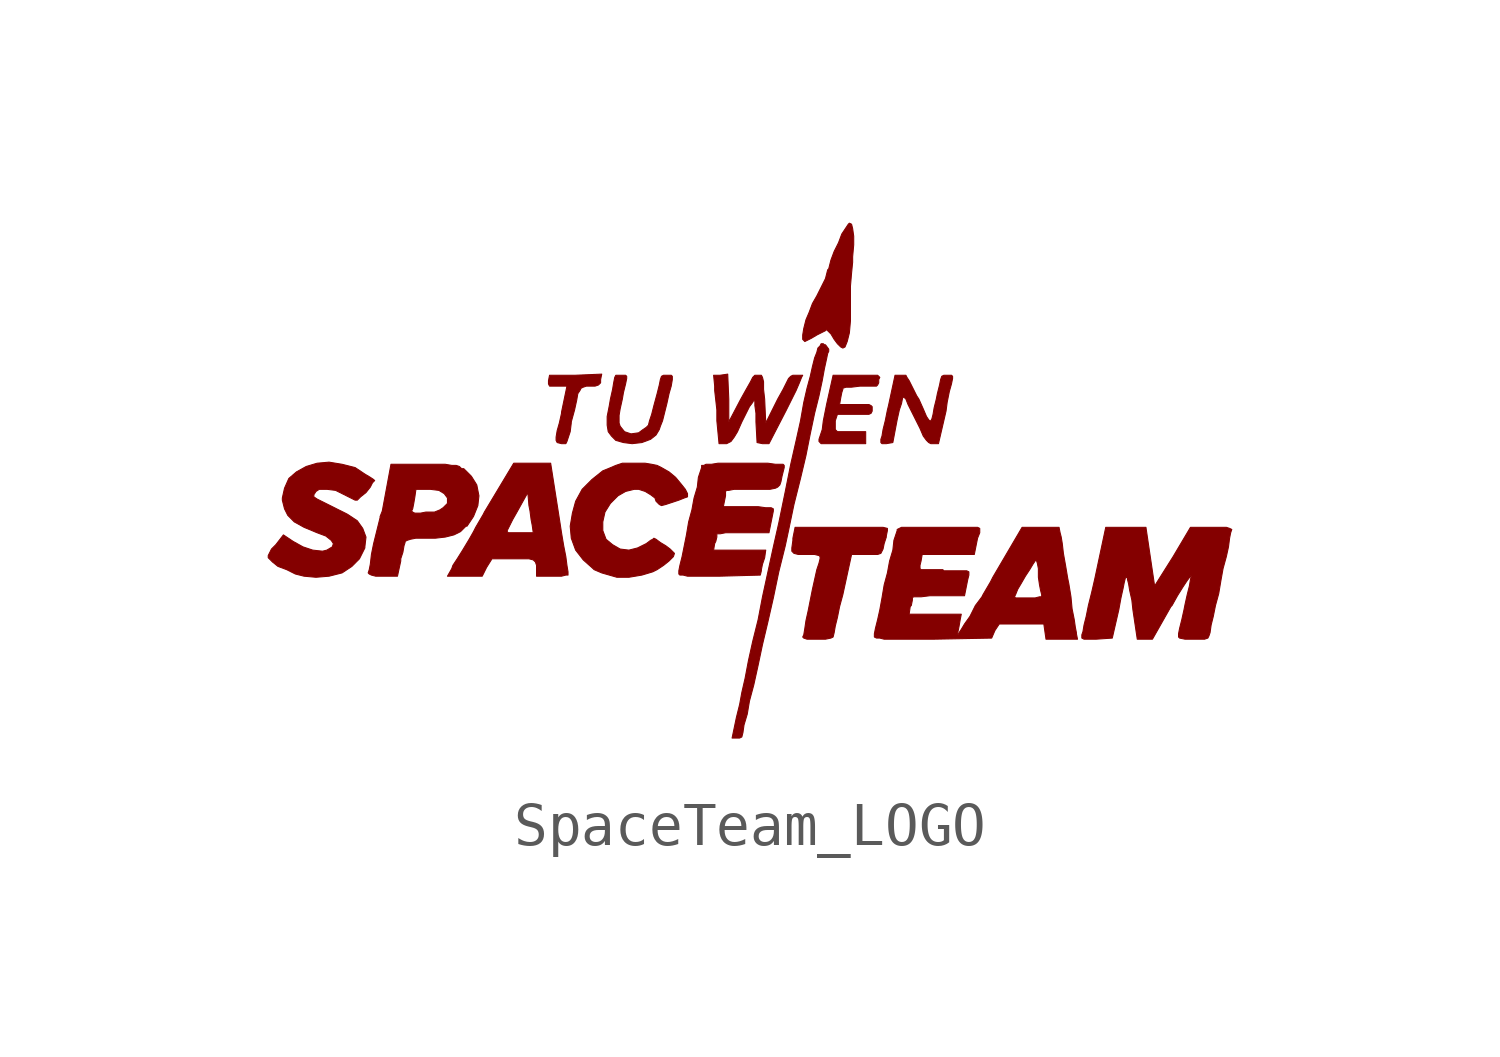
<source format=kicad_sym>
(kicad_symbol_lib
  (version 20211014)
  (generator kicad_symbol_editor)
  (symbol "SpaceTeam_LOGO"
    (pin_names
      (offset 1.016))
    (property "Reference" "#G"
      (at 0 -5.232 0)
      (effects (font (size 1.524 1.524)) hide))
    (symbol "SpaceTeam_LOGO_0_0"
      (polyline (pts (xy -4.267 0.889) (xy -4.191 1.118) (xy -4.166 1.321) (xy -4.166 1.346) (xy -4.089 1.626) (xy -4.039 1.854) (xy -4.013 2.007) (xy -3.962 2.083) (xy -3.937 2.134) (xy -3.886 2.159) (xy -3.81 2.184) (xy -3.607 2.184) (xy -3.531 2.21) (xy -3.48 2.261) (xy -3.48 2.337) (xy -3.454 2.464) (xy -4.064 2.438) (xy -4.674 2.438) (xy -4.699 2.311) (xy -4.699 2.235) (xy -4.674 2.184) (xy -4.267 2.184) (xy -4.394 1.575) (xy -4.394 1.549) (xy -4.445 1.321) (xy -4.496 1.143) (xy -4.521 0.991) (xy -4.521 0.914) (xy -4.496 0.864) (xy -4.394 0.838) (xy -4.293 0.838) (xy -4.267 0.889)) (stroke (width 0.025) (type default) (color 0 0 0 0)) (fill (type outline)))
      (polyline (pts (xy 2.718 1.118) (xy 2.057 1.118) (xy 2.007 1.168) (xy 2.007 1.372) (xy 2.057 1.524) (xy 2.794 1.524) (xy 2.845 1.549) (xy 2.87 1.6) (xy 2.87 1.702) (xy 2.845 1.727) (xy 2.794 1.753) (xy 2.108 1.753) (xy 2.134 1.905) (xy 2.159 2.032) (xy 2.184 2.108) (xy 2.184 2.134) (xy 2.261 2.159) (xy 2.388 2.159) (xy 2.591 2.184) (xy 2.972 2.184) (xy 2.997 2.21) (xy 3.023 2.261) (xy 3.023 2.337) (xy 3.048 2.388) (xy 2.997 2.438) (xy 1.956 2.438) (xy 1.803 1.753) (xy 1.727 1.372) (xy 1.702 1.168) (xy 1.626 0.94) (xy 1.626 0.889) (xy 1.676 0.838) (xy 2.718 0.838) (xy 2.718 1.118)) (stroke (width 0.025) (type default) (color 0 0 0 0)) (fill (type outline)))
      (polyline (pts (xy 2.235 3.099) (xy 2.286 3.226) (xy 2.337 3.429) (xy 2.362 3.708) (xy 2.362 4.521) (xy 2.388 4.826) (xy 2.413 5.08) (xy 2.413 5.207) (xy 2.438 5.486) (xy 2.438 5.69) (xy 2.413 5.867) (xy 2.388 5.969) (xy 2.337 5.994) (xy 2.311 5.969) (xy 2.159 5.74) (xy 2.083 5.537) (xy 1.981 5.334) (xy 1.905 5.131) (xy 1.854 4.928) (xy 1.829 4.902) (xy 1.778 4.699) (xy 1.575 4.293) (xy 1.473 4.115) (xy 1.397 3.912) (xy 1.321 3.734) (xy 1.27 3.531) (xy 1.245 3.378) (xy 1.245 3.277) (xy 1.295 3.226) (xy 1.448 3.302) (xy 1.575 3.378) (xy 1.778 3.48) (xy 1.803 3.505) (xy 1.905 3.404) (xy 1.981 3.277) (xy 2.057 3.175) (xy 2.134 3.099) (xy 2.184 3.073) (xy 2.235 3.099)) (stroke (width 0.025) (type default) (color 0 0 0 0)) (fill (type outline)))
      (polyline (pts (xy 1.905 -3.708) (xy 1.956 -3.683) (xy 1.981 -3.581) (xy 2.007 -3.429) (xy 2.057 -3.226) (xy 2.108 -2.972) (xy 2.184 -2.692) (xy 2.388 -1.753) (xy 2.997 -1.753) (xy 3.073 -1.727) (xy 3.124 -1.626) (xy 3.15 -1.499) (xy 3.2 -1.346) (xy 3.2 -1.321) (xy 3.226 -1.194) (xy 3.226 -1.143) (xy 3.124 -1.118) (xy 1.067 -1.118) (xy 1.016 -1.372) (xy 1.016 -1.422) (xy 0.991 -1.6) (xy 0.991 -1.676) (xy 1.041 -1.727) (xy 1.143 -1.753) (xy 1.524 -1.753) (xy 1.626 -1.778) (xy 1.651 -1.803) (xy 1.651 -1.854) (xy 1.626 -1.956) (xy 1.575 -2.108) (xy 1.473 -2.565) (xy 1.372 -3.073) (xy 1.321 -3.302) (xy 1.295 -3.48) (xy 1.27 -3.632) (xy 1.245 -3.683) (xy 1.27 -3.708) (xy 1.346 -3.734) (xy 1.778 -3.734) (xy 1.905 -3.708)) (stroke (width 0.025) (type default) (color 0 0 0 0)) (fill (type outline)))
      (polyline (pts (xy -6.147 -2.057) (xy -6.02 -1.854) (xy -5.156 -1.854) (xy -5.055 -1.88) (xy -5.004 -1.93) (xy -4.978 -2.007) (xy -4.978 -2.261) (xy -4.394 -2.261) (xy -4.293 -2.235) (xy -4.242 -2.235) (xy -4.242 -2.159) (xy -4.267 -2.007) (xy -4.293 -1.803) (xy -4.343 -1.549) (xy -4.394 -1.245) (xy -4.445 -0.914) (xy -4.648 0.381) (xy -5.512 0.381) (xy -6.198 -0.762) (xy -6.223 -0.813) (xy -6.401 -1.118) (xy -6.452 -1.219) (xy -5.664 -1.219) (xy -5.664 -1.194) (xy -5.537 -0.94) (xy -5.436 -0.762) (xy -5.182 -0.305) (xy -5.156 -0.61) (xy -5.131 -0.737) (xy -5.105 -0.94) (xy -5.08 -1.067) (xy -5.055 -1.245) (xy -5.639 -1.245) (xy -5.664 -1.219) (xy -6.452 -1.219) (xy -6.553 -1.397) (xy -6.706 -1.651) (xy -6.833 -1.854) (xy -6.934 -2.007) (xy -6.96 -2.083) (xy -7.061 -2.261) (xy -6.248 -2.261) (xy -6.147 -2.057)) (stroke (width 0.025) (type default) (color 0 0 0 0)) (fill (type outline)))
      (polyline (pts (xy -0.508 2.464) (xy -0.686 2.438) (xy -0.838 2.438) (xy -0.813 2.184) (xy -0.813 2.083) (xy -0.762 1.626) (xy -0.762 1.372) (xy -0.711 0.838) (xy -0.533 0.838) (xy -0.432 0.889) (xy -0.356 0.991) (xy -0.279 1.118) (xy -0.178 1.346) (xy 0 1.702) (xy 0.076 1.803) (xy 0.102 1.854) (xy 0.127 1.829) (xy 0.127 1.727) (xy 0.152 1.549) (xy 0.152 1.346) (xy 0.178 0.864) (xy 0.305 0.838) (xy 0.457 0.838) (xy 0.864 1.626) (xy 1.092 2.083) (xy 1.168 2.261) (xy 1.219 2.388) (xy 1.245 2.438) (xy 1.016 2.438) (xy 0.965 2.413) (xy 0.914 2.362) (xy 0.787 2.108) (xy 0.66 1.88) (xy 0.381 1.321) (xy 0.356 1.88) (xy 0.33 2.108) (xy 0.33 2.286) (xy 0.305 2.388) (xy 0.279 2.438) (xy 0.127 2.438) (xy 0.076 2.388) (xy 0.025 2.286) (xy -0.076 2.108) (xy -0.203 1.88) (xy -0.483 1.346) (xy -0.483 1.88) (xy -0.508 2.464)) (stroke (width 0.025) (type default) (color 0 0 0 0)) (fill (type outline)))
      (polyline (pts (xy -2.515 0.864) (xy -2.311 0.94) (xy -2.184 1.041) (xy -2.108 1.168) (xy -2.083 1.245) (xy -2.032 1.372) (xy -1.93 1.778) (xy -1.88 2.007) (xy -1.829 2.184) (xy -1.803 2.337) (xy -1.803 2.413) (xy -1.829 2.438) (xy -2.007 2.438) (xy -2.057 2.413) (xy -2.083 2.337) (xy -2.108 2.21) (xy -2.159 2.007) (xy -2.235 1.727) (xy -2.286 1.524) (xy -2.337 1.372) (xy -2.362 1.27) (xy -2.413 1.219) (xy -2.489 1.168) (xy -2.591 1.092) (xy -2.769 1.067) (xy -2.921 1.118) (xy -3.023 1.245) (xy -3.048 1.321) (xy -3.048 1.499) (xy -3.023 1.651) (xy -2.972 1.88) (xy -2.946 2.032) (xy -2.896 2.235) (xy -2.87 2.362) (xy -2.87 2.413) (xy -2.896 2.438) (xy -3.124 2.438) (xy -3.15 2.388) (xy -3.175 2.261) (xy -3.2 2.108) (xy -3.251 1.88) (xy -3.277 1.727) (xy -3.327 1.473) (xy -3.327 1.27) (xy -3.302 1.118) (xy -3.226 1.016) (xy -3.124 0.914) (xy -2.946 0.864) (xy -2.743 0.838) (xy -2.515 0.864)) (stroke (width 0.025) (type default) (color 0 0 0 0)) (fill (type outline)))
      (polyline (pts (xy 3.353 0.864) (xy 3.454 1.397) (xy 3.505 1.626) (xy 3.556 1.778) (xy 3.581 1.905) (xy 3.607 1.93) (xy 3.658 1.88) (xy 3.708 1.753) (xy 3.988 1.194) (xy 4.064 1.016) (xy 4.14 0.914) (xy 4.191 0.864) (xy 4.242 0.838) (xy 4.42 0.838) (xy 4.597 1.6) (xy 4.623 1.803) (xy 4.674 2.057) (xy 4.724 2.235) (xy 4.75 2.362) (xy 4.75 2.413) (xy 4.724 2.438) (xy 4.547 2.438) (xy 4.496 2.413) (xy 4.47 2.337) (xy 4.445 2.21) (xy 4.394 2.007) (xy 4.369 1.88) (xy 4.318 1.676) (xy 4.293 1.524) (xy 4.267 1.422) (xy 4.242 1.372) (xy 4.216 1.372) (xy 4.191 1.397) (xy 4.14 1.473) (xy 4.064 1.651) (xy 3.962 1.88) (xy 3.912 1.956) (xy 3.734 2.311) (xy 3.683 2.388) (xy 3.658 2.438) (xy 3.404 2.438) (xy 3.251 1.727) (xy 3.226 1.626) (xy 3.175 1.372) (xy 3.124 1.168) (xy 3.099 1.016) (xy 3.073 0.94) (xy 3.073 0.864) (xy 3.099 0.838) (xy 3.2 0.838) (xy 3.353 0.864)) (stroke (width 0.025) (type default) (color 0 0 0 0)) (fill (type outline)))
      (polyline (pts (xy -0.178 -6.02) (xy -0.152 -5.918) (xy -0.127 -5.74) (xy -0.051 -5.486) (xy 0 -5.182) (xy 0.102 -4.801) (xy 0.203 -4.343) (xy 0.305 -3.861) (xy 0.432 -3.327) (xy 0.559 -2.769) (xy 0.686 -2.159) (xy 0.838 -1.549) (xy 0.914 -1.194) (xy 1.041 -0.584) (xy 1.194 0.025) (xy 1.321 0.559) (xy 1.422 1.067) (xy 1.524 1.549) (xy 1.626 1.956) (xy 1.702 2.311) (xy 1.753 2.591) (xy 1.803 2.819) (xy 1.829 2.946) (xy 1.854 2.997) (xy 1.854 3.048) (xy 1.778 3.15) (xy 1.753 3.15) (xy 1.727 3.175) (xy 1.676 3.175) (xy 1.651 3.124) (xy 1.6 3.073) (xy 1.575 2.972) (xy 1.524 2.845) (xy 1.473 2.642) (xy 1.422 2.413) (xy 1.346 2.134) (xy 1.27 1.803) (xy 1.194 1.372) (xy 1.092 0.914) (xy 0.965 0.356) (xy 0.838 -0.279) (xy 0.686 -1.016) (xy 0.559 -1.575) (xy 0.305 -2.743) (xy 0.203 -3.277) (xy 0.076 -3.785) (xy -0.025 -4.242) (xy -0.102 -4.648) (xy -0.178 -4.978) (xy -0.229 -5.258) (xy -0.305 -5.563) (xy -0.406 -6.045) (xy -0.229 -6.045) (xy -0.178 -6.02)) (stroke (width 0.025) (type default) (color 0 0 0 0)) (fill (type outline)))
      (polyline (pts (xy 0.254 -2.235) (xy 0.279 -2.134) (xy 0.279 -2.108) (xy 0.305 -1.981) (xy 0.356 -1.829) (xy 0.381 -1.651) (xy -0.838 -1.651) (xy -0.813 -1.499) (xy -0.787 -1.448) (xy -0.762 -1.346) (xy -0.762 -1.27) (xy -0.686 -1.27) (xy -0.559 -1.245) (xy 0.457 -1.245) (xy 0.559 -0.737) (xy 0.559 -0.686) (xy 0.508 -0.66) (xy 0.381 -0.66) (xy 0.203 -0.635) (xy -0.61 -0.635) (xy -0.559 -0.381) (xy -0.559 -0.279) (xy -0.533 -0.254) (xy -0.483 -0.254) (xy -0.356 -0.229) (xy 0.483 -0.229) (xy 0.61 -0.203) (xy 0.66 -0.178) (xy 0.711 -0.127) (xy 0.737 -0.051) (xy 0.762 0.076) (xy 0.813 0.279) (xy 0.813 0.33) (xy 0.787 0.356) (xy 0.61 0.356) (xy 0.432 0.381) (xy -0.737 0.381) (xy -0.889 0.356) (xy -1.016 0.356) (xy -1.067 0.33) (xy -1.118 0.33) (xy -1.118 0.279) (xy -1.194 0.051) (xy -1.219 -0.178) (xy -1.295 -0.432) (xy -1.346 -0.711) (xy -1.422 -0.991) (xy -1.473 -1.295) (xy -1.575 -1.803) (xy -1.626 -2.007) (xy -1.651 -2.134) (xy -1.651 -2.21) (xy -1.626 -2.235) (xy -1.549 -2.235) (xy -1.448 -2.261) (xy -0.711 -2.261) (xy 0.254 -2.235)) (stroke (width 0.025) (type default) (color 0 0 0 0)) (fill (type outline)))
      (polyline (pts (xy -8.153 -1.905) (xy -8.153 -1.854) (xy -8.103 -1.702) (xy -8.077 -1.549) (xy -8.052 -1.473) (xy -8.052 -1.448) (xy -8.001 -1.422) (xy -7.925 -1.397) (xy -7.798 -1.372) (xy -7.341 -1.372) (xy -7.112 -1.346) (xy -6.909 -1.295) (xy -6.756 -1.219) (xy -6.629 -1.092) (xy -6.604 -1.092) (xy -6.452 -0.864) (xy -6.35 -0.61) (xy -6.325 -0.381) (xy -6.375 -0.127) (xy -6.502 0.076) (xy -6.68 0.254) (xy -6.731 0.254) (xy -6.782 0.305) (xy -6.858 0.33) (xy -6.96 0.33) (xy -7.112 0.356) (xy -8.382 0.356) (xy -8.585 -0.737) (xy -7.899 -0.737) (xy -7.874 -0.686) (xy -7.849 -0.559) (xy -7.823 -0.406) (xy -7.798 -0.229) (xy -7.468 -0.229) (xy -7.264 -0.254) (xy -7.137 -0.33) (xy -7.061 -0.432) (xy -7.061 -0.559) (xy -7.163 -0.66) (xy -7.239 -0.711) (xy -7.366 -0.762) (xy -7.569 -0.762) (xy -7.696 -0.787) (xy -7.823 -0.787) (xy -7.874 -0.762) (xy -7.899 -0.737) (xy -8.585 -0.737) (xy -8.636 -0.864) (xy -8.636 -0.889) (xy -8.788 -1.499) (xy -8.839 -1.753) (xy -8.865 -1.981) (xy -8.89 -2.108) (xy -8.915 -2.184) (xy -8.89 -2.21) (xy -8.839 -2.235) (xy -8.738 -2.261) (xy -8.23 -2.261) (xy -8.153 -1.905)) (stroke (width 0.025) (type default) (color 0 0 0 0)) (fill (type outline)))
      (polyline (pts (xy -9.83 -2.261) (xy -9.525 -2.184) (xy -9.296 -2.032) (xy -9.119 -1.854) (xy -8.992 -1.6) (xy -8.992 -1.575) (xy -8.966 -1.346) (xy -9.042 -1.143) (xy -9.169 -0.965) (xy -9.398 -0.813) (xy -10.109 -0.457) (xy -10.185 -0.406) (xy -10.185 -0.356) (xy -10.135 -0.279) (xy -10.058 -0.229) (xy -9.881 -0.229) (xy -9.677 -0.254) (xy -9.22 -0.483) (xy -9.169 -0.483) (xy -9.093 -0.406) (xy -8.966 -0.305) (xy -8.865 -0.178) (xy -8.814 -0.076) (xy -8.763 -0.025) (xy -8.788 0) (xy -8.865 0.051) (xy -8.992 0.127) (xy -9.22 0.279) (xy -9.525 0.356) (xy -9.83 0.406) (xy -10.109 0.381) (xy -10.363 0.305) (xy -10.592 0.178) (xy -10.77 0.025) (xy -10.871 -0.203) (xy -10.922 -0.432) (xy -10.922 -0.483) (xy -10.871 -0.686) (xy -10.795 -0.838) (xy -10.643 -0.991) (xy -10.414 -1.118) (xy -10.109 -1.245) (xy -9.906 -1.321) (xy -9.779 -1.422) (xy -9.728 -1.499) (xy -9.754 -1.575) (xy -9.881 -1.651) (xy -9.982 -1.676) (xy -10.211 -1.651) (xy -10.439 -1.575) (xy -10.668 -1.448) (xy -10.897 -1.295) (xy -11.074 -1.524) (xy -11.176 -1.626) (xy -11.252 -1.778) (xy -11.252 -1.829) (xy -11.151 -1.93) (xy -11.024 -2.032) (xy -10.82 -2.108) (xy -10.617 -2.21) (xy -10.414 -2.261) (xy -10.135 -2.286) (xy -9.83 -2.261)) (stroke (width 0.025) (type default) (color 0 0 0 0)) (fill (type outline)))
      (polyline (pts (xy -2.515 -2.235) (xy -2.261 -2.159) (xy -2.159 -2.108) (xy -2.007 -2.007) (xy -1.88 -1.905) (xy -1.778 -1.803) (xy -1.753 -1.727) (xy -1.854 -1.626) (xy -1.956 -1.549) (xy -2.083 -1.473) (xy -2.184 -1.397) (xy -2.235 -1.372) (xy -2.261 -1.397) (xy -2.311 -1.422) (xy -2.413 -1.499) (xy -2.616 -1.6) (xy -2.819 -1.651) (xy -3.023 -1.626) (xy -3.2 -1.524) (xy -3.353 -1.397) (xy -3.429 -1.194) (xy -3.429 -0.991) (xy -3.378 -0.762) (xy -3.251 -0.559) (xy -3.073 -0.381) (xy -2.896 -0.279) (xy -2.692 -0.229) (xy -2.591 -0.229) (xy -2.438 -0.279) (xy -2.311 -0.356) (xy -2.21 -0.432) (xy -2.184 -0.508) (xy -2.108 -0.584) (xy -2.057 -0.61) (xy -1.956 -0.584) (xy -1.651 -0.483) (xy -1.524 -0.432) (xy -1.448 -0.406) (xy -1.448 -0.33) (xy -1.499 -0.229) (xy -1.6 -0.102) (xy -1.727 0.051) (xy -1.88 0.178) (xy -2.057 0.279) (xy -2.159 0.33) (xy -2.286 0.356) (xy -2.438 0.381) (xy -2.972 0.381) (xy -3.124 0.33) (xy -3.302 0.254) (xy -3.429 0.203) (xy -3.683 0) (xy -3.912 -0.229) (xy -4.064 -0.508) (xy -4.14 -0.787) (xy -4.191 -1.092) (xy -4.166 -1.372) (xy -4.064 -1.651) (xy -3.886 -1.88) (xy -3.658 -2.083) (xy -3.632 -2.108) (xy -3.454 -2.184) (xy -3.099 -2.286) (xy -2.819 -2.286) (xy -2.515 -2.235)) (stroke (width 0.025) (type default) (color 0 0 0 0)) (fill (type outline)))
      (polyline (pts (xy 8.484 -3.708) (xy 8.636 -3.048) (xy 8.687 -2.769) (xy 8.738 -2.54) (xy 8.763 -2.413) (xy 8.788 -2.311) (xy 8.814 -2.261) (xy 8.814 -2.286) (xy 8.839 -2.311) (xy 8.839 -2.337) (xy 8.865 -2.438) (xy 8.89 -2.591) (xy 8.941 -2.819) (xy 8.966 -3.048) (xy 9.068 -3.734) (xy 9.423 -3.734) (xy 9.855 -2.972) (xy 9.881 -2.946) (xy 10.008 -2.718) (xy 10.135 -2.515) (xy 10.236 -2.362) (xy 10.312 -2.261) (xy 10.338 -2.235) (xy 10.312 -2.337) (xy 10.287 -2.489) (xy 10.236 -2.692) (xy 10.185 -2.921) (xy 10.16 -3.048) (xy 10.109 -3.277) (xy 10.058 -3.48) (xy 10.033 -3.607) (xy 10.033 -3.683) (xy 10.058 -3.708) (xy 10.185 -3.734) (xy 10.643 -3.734) (xy 10.719 -3.708) (xy 10.744 -3.658) (xy 10.77 -3.581) (xy 10.795 -3.404) (xy 10.846 -3.2) (xy 10.897 -2.946) (xy 10.973 -2.667) (xy 11.024 -2.362) (xy 11.074 -2.083) (xy 11.151 -1.803) (xy 11.201 -1.575) (xy 11.227 -1.372) (xy 11.252 -1.245) (xy 11.278 -1.168) (xy 11.227 -1.143) (xy 11.151 -1.118) (xy 10.312 -1.118) (xy 9.906 -1.803) (xy 9.474 -2.489) (xy 9.271 -1.118) (xy 8.331 -1.118) (xy 8.077 -2.311) (xy 8.001 -2.642) (xy 7.925 -2.946) (xy 7.874 -3.2) (xy 7.823 -3.404) (xy 7.798 -3.556) (xy 7.772 -3.632) (xy 7.772 -3.708) (xy 7.823 -3.734) (xy 8.103 -3.734) (xy 8.484 -3.708)) (stroke (width 0.025) (type default) (color 0 0 0 0)) (fill (type outline)))
      (polyline (pts (xy 5.664 -3.708) (xy 5.74 -3.531) (xy 5.842 -3.378) (xy 6.883 -3.378) (xy 6.934 -3.734) (xy 7.671 -3.734) (xy 7.645 -3.607) (xy 7.645 -3.581) (xy 7.62 -3.454) (xy 7.595 -3.277) (xy 7.544 -3.023) (xy 7.518 -2.743) (xy 7.468 -2.438) (xy 7.442 -2.311) (xy 7.391 -2.007) (xy 7.341 -1.727) (xy 7.315 -1.499) (xy 7.29 -1.346) (xy 7.264 -1.245) (xy 7.239 -1.118) (xy 6.375 -1.118) (xy 5.69 -2.286) (xy 5.639 -2.388) (xy 5.461 -2.692) (xy 5.436 -2.743) (xy 6.198 -2.743) (xy 6.223 -2.692) (xy 6.274 -2.565) (xy 6.35 -2.438) (xy 6.452 -2.261) (xy 6.553 -2.108) (xy 6.629 -1.981) (xy 6.68 -1.905) (xy 6.706 -1.88) (xy 6.731 -1.956) (xy 6.756 -2.083) (xy 6.756 -2.286) (xy 6.782 -2.464) (xy 6.807 -2.591) (xy 6.833 -2.692) (xy 6.833 -2.743) (xy 6.782 -2.743) (xy 6.68 -2.769) (xy 6.223 -2.769) (xy 6.198 -2.743) (xy 5.436 -2.743) (xy 5.283 -2.946) (xy 5.156 -3.2) (xy 5.029 -3.378) (xy 4.953 -3.505) (xy 4.902 -3.581) (xy 4.877 -3.632) (xy 4.851 -3.632) (xy 4.877 -3.556) (xy 4.902 -3.429) (xy 4.928 -3.277) (xy 4.953 -3.15) (xy 3.734 -3.15) (xy 3.759 -2.972) (xy 3.785 -2.946) (xy 3.81 -2.819) (xy 3.81 -2.769) (xy 3.835 -2.743) (xy 4.013 -2.743) (xy 4.216 -2.718) (xy 5.029 -2.718) (xy 5.105 -2.337) (xy 5.131 -2.235) (xy 5.131 -2.159) (xy 5.08 -2.134) (xy 4.547 -2.134) (xy 4.521 -2.108) (xy 4.013 -2.108) (xy 3.988 -2.083) (xy 3.988 -2.007) (xy 4.013 -1.905) (xy 4.039 -1.753) (xy 5.258 -1.753) (xy 5.334 -1.372) (xy 5.385 -1.245) (xy 5.385 -1.143) (xy 5.334 -1.118) (xy 3.556 -1.118) (xy 3.454 -1.168) (xy 3.454 -1.194) (xy 3.378 -1.422) (xy 3.353 -1.651) (xy 3.277 -1.905) (xy 3.226 -2.184) (xy 3.15 -2.464) (xy 3.099 -2.769) (xy 3.048 -3.048) (xy 2.997 -3.277) (xy 2.946 -3.48) (xy 2.921 -3.607) (xy 2.921 -3.683) (xy 2.972 -3.708) (xy 3.048 -3.708) (xy 3.15 -3.734) (xy 4.293 -3.734) (xy 5.664 -3.708)) (stroke (width 0.025) (type default) (color 0 0 0 0)) (fill (type outline))))))
</source>
